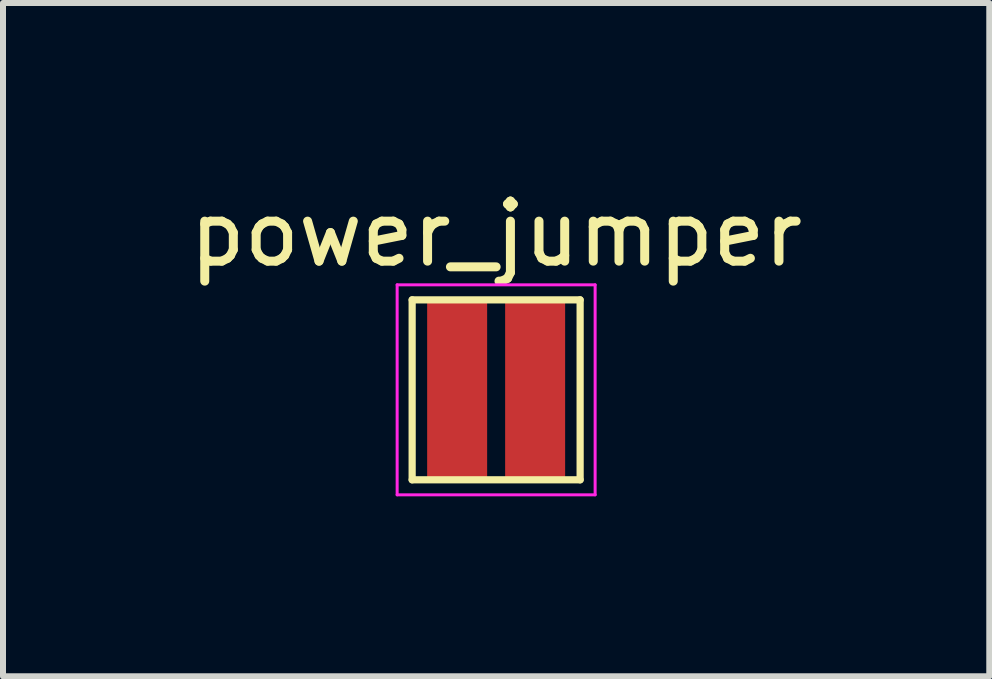
<source format=kicad_pcb>
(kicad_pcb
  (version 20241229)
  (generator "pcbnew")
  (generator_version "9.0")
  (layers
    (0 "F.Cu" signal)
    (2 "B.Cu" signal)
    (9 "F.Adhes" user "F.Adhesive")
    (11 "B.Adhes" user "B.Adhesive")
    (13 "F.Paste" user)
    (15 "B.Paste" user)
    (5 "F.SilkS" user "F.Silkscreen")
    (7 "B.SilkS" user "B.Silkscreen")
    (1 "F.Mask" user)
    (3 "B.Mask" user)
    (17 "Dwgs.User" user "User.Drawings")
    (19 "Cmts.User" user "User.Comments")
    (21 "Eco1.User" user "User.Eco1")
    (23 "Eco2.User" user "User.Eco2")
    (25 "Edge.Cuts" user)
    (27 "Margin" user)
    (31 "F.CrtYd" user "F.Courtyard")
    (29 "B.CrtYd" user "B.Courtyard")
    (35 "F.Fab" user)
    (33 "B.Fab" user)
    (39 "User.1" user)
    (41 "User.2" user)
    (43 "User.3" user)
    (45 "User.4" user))
  (footprint "power_jumper"
    (layer "F.Cu")
    (at 5.22 3.448)
    (property "Reference" "power_jumper" (at 0 -2.6 0) (layer "F.SilkS") (effects (font (size 1 1) (thickness 0.15))))
    (attr exclude_from_pos_files exclude_from_bom)
    (fp_line (start -1.4 -1.5) (end 1.4 -1.5) (stroke (width 0.12) (type solid)) (layer "F.SilkS"))
    (fp_line (start -1.4 1.5) (end -1.4 -1.5) (stroke (width 0.12) (type solid)) (layer "F.SilkS"))
    (fp_line (start 1.4 -1.5) (end 1.4 1.5) (stroke (width 0.12) (type solid)) (layer "F.SilkS"))
    (fp_line (start 1.4 1.5) (end -1.4 1.5) (stroke (width 0.12) (type solid)) (layer "F.SilkS"))
    (fp_line (start -1.65 -1.75) (end -1.65 1.75) (stroke (width 0.05) (type solid)) (layer "F.CrtYd"))
    (fp_line (start -1.65 -1.75) (end 1.65 -1.75) (stroke (width 0.05) (type solid)) (layer "F.CrtYd"))
    (fp_line (start 1.65 1.75) (end -1.65 1.75) (stroke (width 0.05) (type solid)) (layer "F.CrtYd"))
    (fp_line (start 1.65 1.75) (end 1.65 -1.75) (stroke (width 0.05) (type solid)) (layer "F.CrtYd"))
    (pad "1" smd rect (at -0.65 0) (size 1 3) (layers "F.Cu" "F.Mask"))
    (pad "2" smd rect (at 0.65 0) (size 1 3) (layers "F.Cu" "F.Mask")))
  (gr_rect
    (start -3 -3)
    (end 13.44 8.223)
    (stroke (width 0.1) (type default))
    (fill no)
    (layer "Edge.Cuts")))
</source>
